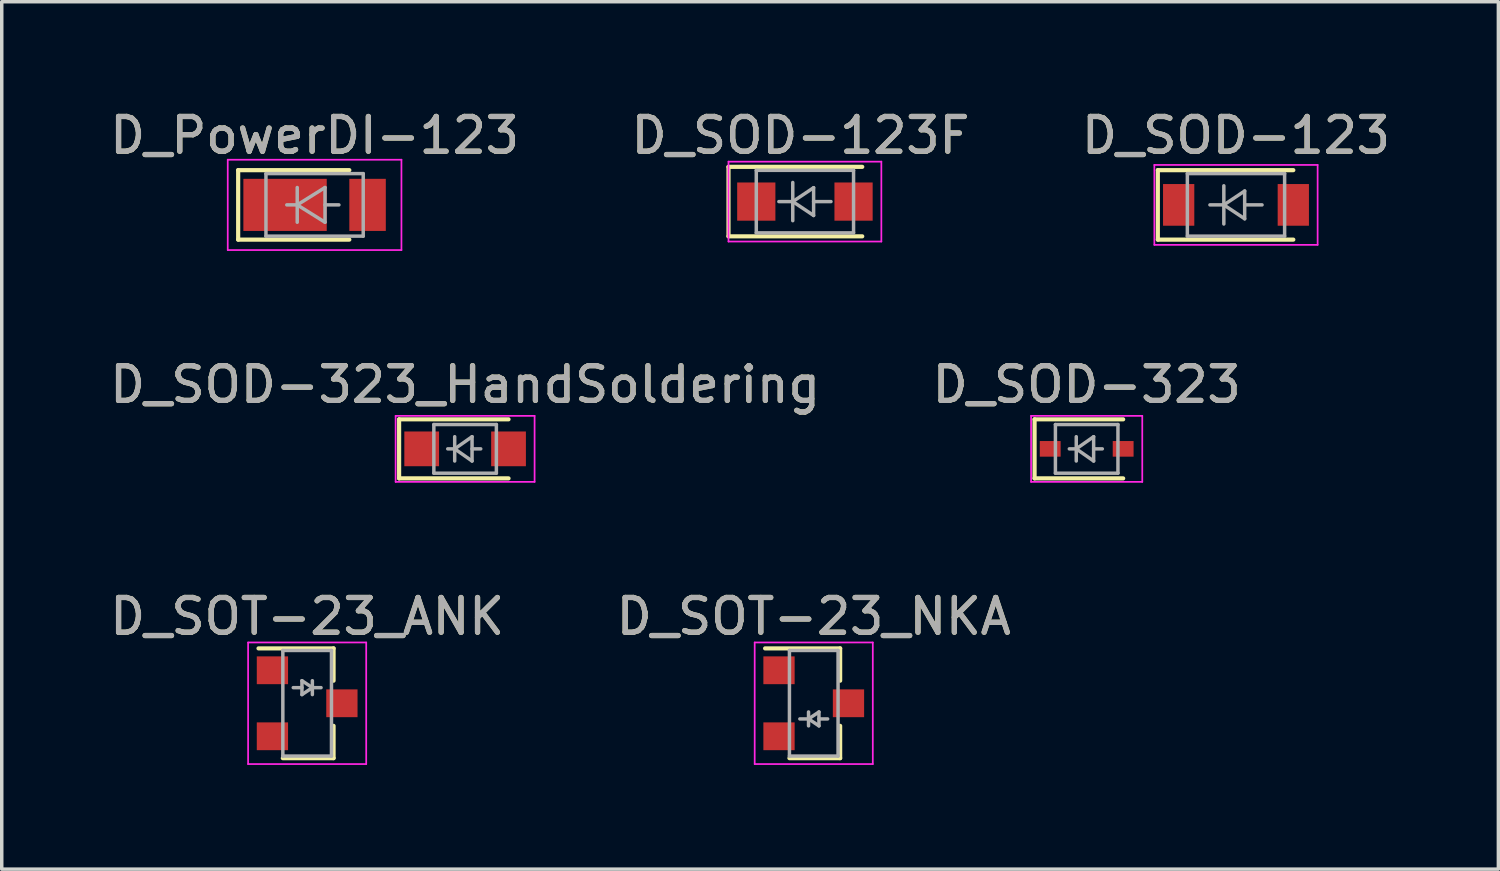
<source format=kicad_pcb>
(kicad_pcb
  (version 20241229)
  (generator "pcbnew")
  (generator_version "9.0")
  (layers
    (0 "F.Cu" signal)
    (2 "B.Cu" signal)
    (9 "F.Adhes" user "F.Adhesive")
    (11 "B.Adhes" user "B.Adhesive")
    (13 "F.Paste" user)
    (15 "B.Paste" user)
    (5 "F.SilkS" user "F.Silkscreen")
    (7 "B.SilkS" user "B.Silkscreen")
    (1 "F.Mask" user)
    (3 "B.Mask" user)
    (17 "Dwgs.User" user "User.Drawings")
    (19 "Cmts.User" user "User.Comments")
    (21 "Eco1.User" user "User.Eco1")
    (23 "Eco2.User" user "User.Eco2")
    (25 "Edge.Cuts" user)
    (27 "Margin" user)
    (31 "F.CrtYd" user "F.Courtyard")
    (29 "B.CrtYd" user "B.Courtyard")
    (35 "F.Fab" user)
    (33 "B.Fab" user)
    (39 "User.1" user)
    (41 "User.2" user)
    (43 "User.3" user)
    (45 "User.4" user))
  (footprint "D_SOD-123"
    (layer "F.Cu")
    (at 32.53 2.848)
    (property "Reference" "D_SOD-123" (at 0 -2 0) (layer "F.SilkS") (effects (font (size 1 1) (thickness 0.15))))
    (attr smd)
    (fp_line (start -2.25 -1) (end -2.25 1) (stroke (width 0.12) (type solid)) (layer "F.SilkS"))
    (fp_line (start -2.25 -1) (end 1.65 -1) (stroke (width 0.12) (type solid)) (layer "F.SilkS"))
    (fp_line (start -2.25 1) (end 1.65 1) (stroke (width 0.12) (type solid)) (layer "F.SilkS"))
    (fp_line (start -2.35 -1.15) (end -2.35 1.15) (stroke (width 0.05) (type solid)) (layer "F.CrtYd"))
    (fp_line (start -2.35 -1.15) (end 2.35 -1.15) (stroke (width 0.05) (type solid)) (layer "F.CrtYd"))
    (fp_line (start 2.35 -1.15) (end 2.35 1.15) (stroke (width 0.05) (type solid)) (layer "F.CrtYd"))
    (fp_line (start 2.35 1.15) (end -2.35 1.15) (stroke (width 0.05) (type solid)) (layer "F.CrtYd"))
    (fp_line (start -1.4 -0.9) (end 1.4 -0.9) (stroke (width 0.1) (type solid)) (layer "F.Fab"))
    (fp_line (start -1.4 0.9) (end -1.4 -0.9) (stroke (width 0.1) (type solid)) (layer "F.Fab"))
    (fp_line (start -0.75 0) (end -0.35 0) (stroke (width 0.1) (type solid)) (layer "F.Fab"))
    (fp_line (start -0.35 0) (end -0.35 -0.55) (stroke (width 0.1) (type solid)) (layer "F.Fab"))
    (fp_line (start -0.35 0) (end -0.35 0.55) (stroke (width 0.1) (type solid)) (layer "F.Fab"))
    (fp_line (start -0.35 0) (end 0.25 -0.4) (stroke (width 0.1) (type solid)) (layer "F.Fab"))
    (fp_line (start 0.25 -0.4) (end 0.25 0.4) (stroke (width 0.1) (type solid)) (layer "F.Fab"))
    (fp_line (start 0.25 0) (end 0.75 0) (stroke (width 0.1) (type solid)) (layer "F.Fab"))
    (fp_line (start 0.25 0.4) (end -0.35 0) (stroke (width 0.1) (type solid)) (layer "F.Fab"))
    (fp_line (start 1.4 -0.9) (end 1.4 0.9) (stroke (width 0.1) (type solid)) (layer "F.Fab"))
    (fp_line (start 1.4 0.9) (end -1.4 0.9) (stroke (width 0.1) (type solid)) (layer "F.Fab"))
    (fp_text user "${REFERENCE}" (at 0 -2 0) (layer "F.Fab") (effects (font (size 1 1) (thickness 0.15))))
    (pad "1" smd rect (at -1.65 0) (size 0.9 1.2) (layers "F.Cu" "F.Mask" "F.Paste"))
    (pad "2" smd rect (at 1.65 0) (size 0.9 1.2) (layers "F.Cu" "F.Mask" "F.Paste")))
  (footprint "D_SOD-323_HandSoldering"
    (layer "F.Cu")
    (at 10.339 9.871)
    (property "Reference" "D_SOD-323_HandSoldering" (at 0 -1.85 0) (layer "F.SilkS") (effects (font (size 1 1) (thickness 0.15))))
    (attr smd)
    (fp_line (start -1.9 -0.85) (end -1.9 0.85) (stroke (width 0.12) (type solid)) (layer "F.SilkS"))
    (fp_line (start -1.9 -0.85) (end 1.25 -0.85) (stroke (width 0.12) (type solid)) (layer "F.SilkS"))
    (fp_line (start -1.9 0.85) (end 1.25 0.85) (stroke (width 0.12) (type solid)) (layer "F.SilkS"))
    (fp_line (start -2 -0.95) (end -2 0.95) (stroke (width 0.05) (type solid)) (layer "F.CrtYd"))
    (fp_line (start -2 -0.95) (end 2 -0.95) (stroke (width 0.05) (type solid)) (layer "F.CrtYd"))
    (fp_line (start -2 0.95) (end 2 0.95) (stroke (width 0.05) (type solid)) (layer "F.CrtYd"))
    (fp_line (start 2 -0.95) (end 2 0.95) (stroke (width 0.05) (type solid)) (layer "F.CrtYd"))
    (fp_line (start -0.9 -0.7) (end 0.9 -0.7) (stroke (width 0.1) (type solid)) (layer "F.Fab"))
    (fp_line (start -0.9 0.7) (end -0.9 -0.7) (stroke (width 0.1) (type solid)) (layer "F.Fab"))
    (fp_line (start -0.3 -0.35) (end -0.3 0.35) (stroke (width 0.1) (type solid)) (layer "F.Fab"))
    (fp_line (start -0.3 0) (end -0.5 0) (stroke (width 0.1) (type solid)) (layer "F.Fab"))
    (fp_line (start -0.3 0) (end 0.2 -0.35) (stroke (width 0.1) (type solid)) (layer "F.Fab"))
    (fp_line (start 0.2 -0.35) (end 0.2 0.35) (stroke (width 0.1) (type solid)) (layer "F.Fab"))
    (fp_line (start 0.2 0) (end 0.45 0) (stroke (width 0.1) (type solid)) (layer "F.Fab"))
    (fp_line (start 0.2 0.35) (end -0.3 0) (stroke (width 0.1) (type solid)) (layer "F.Fab"))
    (fp_line (start 0.9 -0.7) (end 0.9 0.7) (stroke (width 0.1) (type solid)) (layer "F.Fab"))
    (fp_line (start 0.9 0.7) (end -0.9 0.7) (stroke (width 0.1) (type solid)) (layer "F.Fab"))
    (fp_text user "${REFERENCE}" (at 0 -1.85 0) (layer "F.Fab") (effects (font (size 1 1) (thickness 0.15))))
    (pad "1" smd rect (at -1.25 0) (size 1 1) (layers "F.Cu" "F.Mask" "F.Paste"))
    (pad "2" smd rect (at 1.25 0) (size 1 1) (layers "F.Cu" "F.Mask" "F.Paste")))
  (footprint "D_SOD-123F"
    (layer "F.Cu")
    (at 20.121 2.753)
    (property "Reference" "D_SOD-123F" (at -0.127 -1.905 0) (layer "F.SilkS") (effects (font (size 1 1) (thickness 0.15))))
    (attr smd)
    (fp_line (start -2.2 -1) (end -2.2 1) (stroke (width 0.12) (type solid)) (layer "F.SilkS"))
    (fp_line (start -2.2 -1) (end 1.65 -1) (stroke (width 0.12) (type solid)) (layer "F.SilkS"))
    (fp_line (start -2.2 1) (end 1.65 1) (stroke (width 0.12) (type solid)) (layer "F.SilkS"))
    (fp_line (start -2.2 -1.15) (end -2.2 1.15) (stroke (width 0.05) (type solid)) (layer "F.CrtYd"))
    (fp_line (start -2.2 -1.15) (end 2.2 -1.15) (stroke (width 0.05) (type solid)) (layer "F.CrtYd"))
    (fp_line (start 2.2 -1.15) (end 2.2 1.15) (stroke (width 0.05) (type solid)) (layer "F.CrtYd"))
    (fp_line (start 2.2 1.15) (end -2.2 1.15) (stroke (width 0.05) (type solid)) (layer "F.CrtYd"))
    (fp_line (start -1.4 -0.9) (end 1.4 -0.9) (stroke (width 0.1) (type solid)) (layer "F.Fab"))
    (fp_line (start -1.4 0.9) (end -1.4 -0.9) (stroke (width 0.1) (type solid)) (layer "F.Fab"))
    (fp_line (start -0.75 0) (end -0.35 0) (stroke (width 0.1) (type solid)) (layer "F.Fab"))
    (fp_line (start -0.35 0) (end -0.35 -0.55) (stroke (width 0.1) (type solid)) (layer "F.Fab"))
    (fp_line (start -0.35 0) (end -0.35 0.55) (stroke (width 0.1) (type solid)) (layer "F.Fab"))
    (fp_line (start -0.35 0) (end 0.25 -0.4) (stroke (width 0.1) (type solid)) (layer "F.Fab"))
    (fp_line (start 0.25 -0.4) (end 0.25 0.4) (stroke (width 0.1) (type solid)) (layer "F.Fab"))
    (fp_line (start 0.25 0) (end 0.75 0) (stroke (width 0.1) (type solid)) (layer "F.Fab"))
    (fp_line (start 0.25 0.4) (end -0.35 0) (stroke (width 0.1) (type solid)) (layer "F.Fab"))
    (fp_line (start 1.4 -0.9) (end 1.4 0.9) (stroke (width 0.1) (type solid)) (layer "F.Fab"))
    (fp_line (start 1.4 0.9) (end -1.4 0.9) (stroke (width 0.1) (type solid)) (layer "F.Fab"))
    (fp_text user "${REFERENCE}" (at -0.127 -1.905 0) (layer "F.Fab") (effects (font (size 1 1) (thickness 0.15))))
    (pad "1" smd rect (at -1.4 0) (size 1.1 1.1) (layers "F.Cu" "F.Mask" "F.Paste"))
    (pad "2" smd rect (at 1.4 0) (size 1.1 1.1) (layers "F.Cu" "F.Mask" "F.Paste")))
  (footprint "D_SOT-23_NKA"
    (layer "F.Cu")
    (at 20.375 17.195)
    (property "Reference" "D_SOT-23_NKA" (at 0 -2.5 0) (layer "F.SilkS") (effects (font (size 1 1) (thickness 0.15))))
    (attr smd)
    (fp_line (start 0.76 -1.58) (end -1.4 -1.58) (stroke (width 0.12) (type solid)) (layer "F.SilkS"))
    (fp_line (start 0.76 -1.58) (end 0.76 -0.65) (stroke (width 0.12) (type solid)) (layer "F.SilkS"))
    (fp_line (start 0.76 1.58) (end -0.7 1.58) (stroke (width 0.12) (type solid)) (layer "F.SilkS"))
    (fp_line (start 0.76 1.58) (end 0.76 0.65) (stroke (width 0.12) (type solid)) (layer "F.SilkS"))
    (fp_line (start -1.7 -1.75) (end 1.7 -1.75) (stroke (width 0.05) (type solid)) (layer "F.CrtYd"))
    (fp_line (start -1.7 1.75) (end -1.7 -1.75) (stroke (width 0.05) (type solid)) (layer "F.CrtYd"))
    (fp_line (start 1.7 -1.75) (end 1.7 1.75) (stroke (width 0.05) (type solid)) (layer "F.CrtYd"))
    (fp_line (start 1.7 1.75) (end -1.7 1.75) (stroke (width 0.05) (type solid)) (layer "F.CrtYd"))
    (fp_line (start -0.7 -1.52) (end -0.7 1.52) (stroke (width 0.1) (type solid)) (layer "F.Fab"))
    (fp_line (start -0.7 -1.52) (end 0.7 -1.52) (stroke (width 0.1) (type solid)) (layer "F.Fab"))
    (fp_line (start -0.7 1.52) (end 0.7 1.52) (stroke (width 0.1) (type solid)) (layer "F.Fab"))
    (fp_line (start -0.15 0.45) (end -0.4 0.45) (stroke (width 0.1) (type solid)) (layer "F.Fab"))
    (fp_line (start -0.15 0.45) (end 0.15 0.65) (stroke (width 0.1) (type solid)) (layer "F.Fab"))
    (fp_line (start -0.15 0.65) (end -0.15 0.25) (stroke (width 0.1) (type solid)) (layer "F.Fab"))
    (fp_line (start 0.15 0.25) (end -0.15 0.45) (stroke (width 0.1) (type solid)) (layer "F.Fab"))
    (fp_line (start 0.15 0.45) (end 0.4 0.45) (stroke (width 0.1) (type solid)) (layer "F.Fab"))
    (fp_line (start 0.15 0.65) (end 0.15 0.25) (stroke (width 0.1) (type solid)) (layer "F.Fab"))
    (fp_line (start 0.7 -1.52) (end 0.7 1.52) (stroke (width 0.1) (type solid)) (layer "F.Fab"))
    (fp_text user "${REFERENCE}" (at 0 -2.5 0) (layer "F.Fab") (effects (font (size 1 1) (thickness 0.15))))
    (pad "" smd rect (at -1 -0.95) (size 0.9 0.8) (layers "F.Cu" "F.Mask" "F.Paste"))
    (pad "1" smd rect (at -1 0.95) (size 0.9 0.8) (layers "F.Cu" "F.Mask" "F.Paste"))
    (pad "2" smd rect (at 1 0) (size 0.9 0.8) (layers "F.Cu" "F.Mask" "F.Paste")))
  (footprint "D_PowerDI-123"
    (layer "F.Cu")
    (at 6.006 2.848)
    (property "Reference" "D_PowerDI-123" (at 0 -2 0) (layer "F.SilkS") (effects (font (size 1 1) (thickness 0.15))))
    (attr smd)
    (fp_line (start -2.2 1) (end -2.2 -1) (stroke (width 0.12) (type solid)) (layer "F.SilkS"))
    (fp_line (start -2.2 1) (end 1 1) (stroke (width 0.12) (type solid)) (layer "F.SilkS"))
    (fp_line (start 1 -1) (end -2.2 -1) (stroke (width 0.12) (type solid)) (layer "F.SilkS"))
    (fp_line (start -2.5 -1.3) (end 2.5 -1.3) (stroke (width 0.05) (type solid)) (layer "F.CrtYd"))
    (fp_line (start -2.5 1.3) (end -2.5 -1.3) (stroke (width 0.05) (type solid)) (layer "F.CrtYd"))
    (fp_line (start 2.5 -1.3) (end 2.5 1.3) (stroke (width 0.05) (type solid)) (layer "F.CrtYd"))
    (fp_line (start 2.5 1.3) (end -2.5 1.3) (stroke (width 0.05) (type solid)) (layer "F.CrtYd"))
    (fp_line (start -1.4 -0.9) (end 1.4 -0.9) (stroke (width 0.1) (type solid)) (layer "F.Fab"))
    (fp_line (start -1.4 0.9) (end -1.4 -0.9) (stroke (width 0.1) (type solid)) (layer "F.Fab"))
    (fp_line (start -0.8 0) (end -0.5 0) (stroke (width 0.1) (type solid)) (layer "F.Fab"))
    (fp_line (start -0.5 0) (end -0.5 -0.5) (stroke (width 0.1) (type solid)) (layer "F.Fab"))
    (fp_line (start -0.5 0) (end -0.5 0.5) (stroke (width 0.1) (type solid)) (layer "F.Fab"))
    (fp_line (start -0.5 0) (end 0.3 0.5) (stroke (width 0.1) (type solid)) (layer "F.Fab"))
    (fp_line (start 0.3 -0.5) (end -0.5 0) (stroke (width 0.1) (type solid)) (layer "F.Fab"))
    (fp_line (start 0.3 0) (end 0.7 0) (stroke (width 0.1) (type solid)) (layer "F.Fab"))
    (fp_line (start 0.3 0.5) (end 0.3 -0.5) (stroke (width 0.1) (type solid)) (layer "F.Fab"))
    (fp_line (start 1.4 -0.9) (end 1.4 0.9) (stroke (width 0.1) (type solid)) (layer "F.Fab"))
    (fp_line (start 1.4 0.9) (end -1.4 0.9) (stroke (width 0.1) (type solid)) (layer "F.Fab"))
    (fp_text user "${REFERENCE}" (at 0 -2 0) (layer "F.Fab") (effects (font (size 1 1) (thickness 0.15))))
    (pad "1" smd rect (at -0.85 0 180) (size 2.4 1.5) (layers "F.Cu" "F.Mask" "F.Paste"))
    (pad "2" smd rect (at 1.525 0 180) (size 1.05 1.5) (layers "F.Cu" "F.Mask" "F.Paste")))
  (footprint "D_SOD-323"
    (layer "F.Cu")
    (at 28.232 9.871)
    (property "Reference" "D_SOD-323" (at 0 -1.85 0) (layer "F.SilkS") (effects (font (size 1 1) (thickness 0.15))))
    (attr smd)
    (fp_line (start -1.5 -0.85) (end -1.5 0.85) (stroke (width 0.12) (type solid)) (layer "F.SilkS"))
    (fp_line (start -1.5 -0.85) (end 1.05 -0.85) (stroke (width 0.12) (type solid)) (layer "F.SilkS"))
    (fp_line (start -1.5 0.85) (end 1.05 0.85) (stroke (width 0.12) (type solid)) (layer "F.SilkS"))
    (fp_line (start -1.6 -0.95) (end -1.6 0.95) (stroke (width 0.05) (type solid)) (layer "F.CrtYd"))
    (fp_line (start -1.6 -0.95) (end 1.6 -0.95) (stroke (width 0.05) (type solid)) (layer "F.CrtYd"))
    (fp_line (start -1.6 0.95) (end 1.6 0.95) (stroke (width 0.05) (type solid)) (layer "F.CrtYd"))
    (fp_line (start 1.6 -0.95) (end 1.6 0.95) (stroke (width 0.05) (type solid)) (layer "F.CrtYd"))
    (fp_line (start -0.9 -0.7) (end 0.9 -0.7) (stroke (width 0.1) (type solid)) (layer "F.Fab"))
    (fp_line (start -0.9 0.7) (end -0.9 -0.7) (stroke (width 0.1) (type solid)) (layer "F.Fab"))
    (fp_line (start -0.3 -0.35) (end -0.3 0.35) (stroke (width 0.1) (type solid)) (layer "F.Fab"))
    (fp_line (start -0.3 0) (end -0.5 0) (stroke (width 0.1) (type solid)) (layer "F.Fab"))
    (fp_line (start -0.3 0) (end 0.2 -0.35) (stroke (width 0.1) (type solid)) (layer "F.Fab"))
    (fp_line (start 0.2 -0.35) (end 0.2 0.35) (stroke (width 0.1) (type solid)) (layer "F.Fab"))
    (fp_line (start 0.2 0) (end 0.45 0) (stroke (width 0.1) (type solid)) (layer "F.Fab"))
    (fp_line (start 0.2 0.35) (end -0.3 0) (stroke (width 0.1) (type solid)) (layer "F.Fab"))
    (fp_line (start 0.9 -0.7) (end 0.9 0.7) (stroke (width 0.1) (type solid)) (layer "F.Fab"))
    (fp_line (start 0.9 0.7) (end -0.9 0.7) (stroke (width 0.1) (type solid)) (layer "F.Fab"))
    (fp_text user "${REFERENCE}" (at 0 -1.85 0) (layer "F.Fab") (effects (font (size 1 1) (thickness 0.15))))
    (pad "1" smd rect (at -1.05 0) (size 0.6 0.45) (layers "F.Cu" "F.Mask" "F.Paste"))
    (pad "2" smd rect (at 1.05 0) (size 0.6 0.45) (layers "F.Cu" "F.Mask" "F.Paste")))
  (footprint "D_SOT-23_ANK"
    (layer "F.Cu")
    (at 5.792 17.195)
    (property "Reference" "D_SOT-23_ANK" (at 0 -2.5 0) (layer "F.SilkS") (effects (font (size 1 1) (thickness 0.15))))
    (attr smd)
    (fp_line (start 0.76 -1.58) (end -1.4 -1.58) (stroke (width 0.12) (type solid)) (layer "F.SilkS"))
    (fp_line (start 0.76 -1.58) (end 0.76 -0.65) (stroke (width 0.12) (type solid)) (layer "F.SilkS"))
    (fp_line (start 0.76 1.58) (end -0.7 1.58) (stroke (width 0.12) (type solid)) (layer "F.SilkS"))
    (fp_line (start 0.76 1.58) (end 0.76 0.65) (stroke (width 0.12) (type solid)) (layer "F.SilkS"))
    (fp_line (start -1.7 -1.75) (end 1.7 -1.75) (stroke (width 0.05) (type solid)) (layer "F.CrtYd"))
    (fp_line (start -1.7 1.75) (end -1.7 -1.75) (stroke (width 0.05) (type solid)) (layer "F.CrtYd"))
    (fp_line (start 1.7 -1.75) (end 1.7 1.75) (stroke (width 0.05) (type solid)) (layer "F.CrtYd"))
    (fp_line (start 1.7 1.75) (end -1.7 1.75) (stroke (width 0.05) (type solid)) (layer "F.CrtYd"))
    (fp_line (start -0.7 -1.52) (end -0.7 1.52) (stroke (width 0.1) (type solid)) (layer "F.Fab"))
    (fp_line (start -0.7 -1.52) (end 0.7 -1.52) (stroke (width 0.1) (type solid)) (layer "F.Fab"))
    (fp_line (start -0.7 1.52) (end 0.7 1.52) (stroke (width 0.1) (type solid)) (layer "F.Fab"))
    (fp_line (start -0.15 -0.65) (end -0.15 -0.25) (stroke (width 0.1) (type solid)) (layer "F.Fab"))
    (fp_line (start -0.15 -0.45) (end -0.4 -0.45) (stroke (width 0.1) (type solid)) (layer "F.Fab"))
    (fp_line (start -0.15 -0.25) (end 0.15 -0.45) (stroke (width 0.1) (type solid)) (layer "F.Fab"))
    (fp_line (start 0.15 -0.65) (end 0.15 -0.25) (stroke (width 0.1) (type solid)) (layer "F.Fab"))
    (fp_line (start 0.15 -0.45) (end -0.15 -0.65) (stroke (width 0.1) (type solid)) (layer "F.Fab"))
    (fp_line (start 0.15 -0.45) (end 0.4 -0.45) (stroke (width 0.1) (type solid)) (layer "F.Fab"))
    (fp_line (start 0.7 -1.52) (end 0.7 1.52) (stroke (width 0.1) (type solid)) (layer "F.Fab"))
    (fp_text user "${REFERENCE}" (at 0 -2.5 0) (layer "F.Fab") (effects (font (size 1 1) (thickness 0.15))))
    (pad "" smd rect (at -1 0.95) (size 0.9 0.8) (layers "F.Cu" "F.Mask" "F.Paste"))
    (pad "1" smd rect (at 1 0) (size 0.9 0.8) (layers "F.Cu" "F.Mask" "F.Paste"))
    (pad "2" smd rect (at -1 -0.95) (size 0.9 0.8) (layers "F.Cu" "F.Mask" "F.Paste")))
  (gr_rect
    (start -3 -3)
    (end 40.083 21.97)
    (stroke (width 0.1) (type default))
    (fill no)
    (layer "Edge.Cuts")))
</source>
